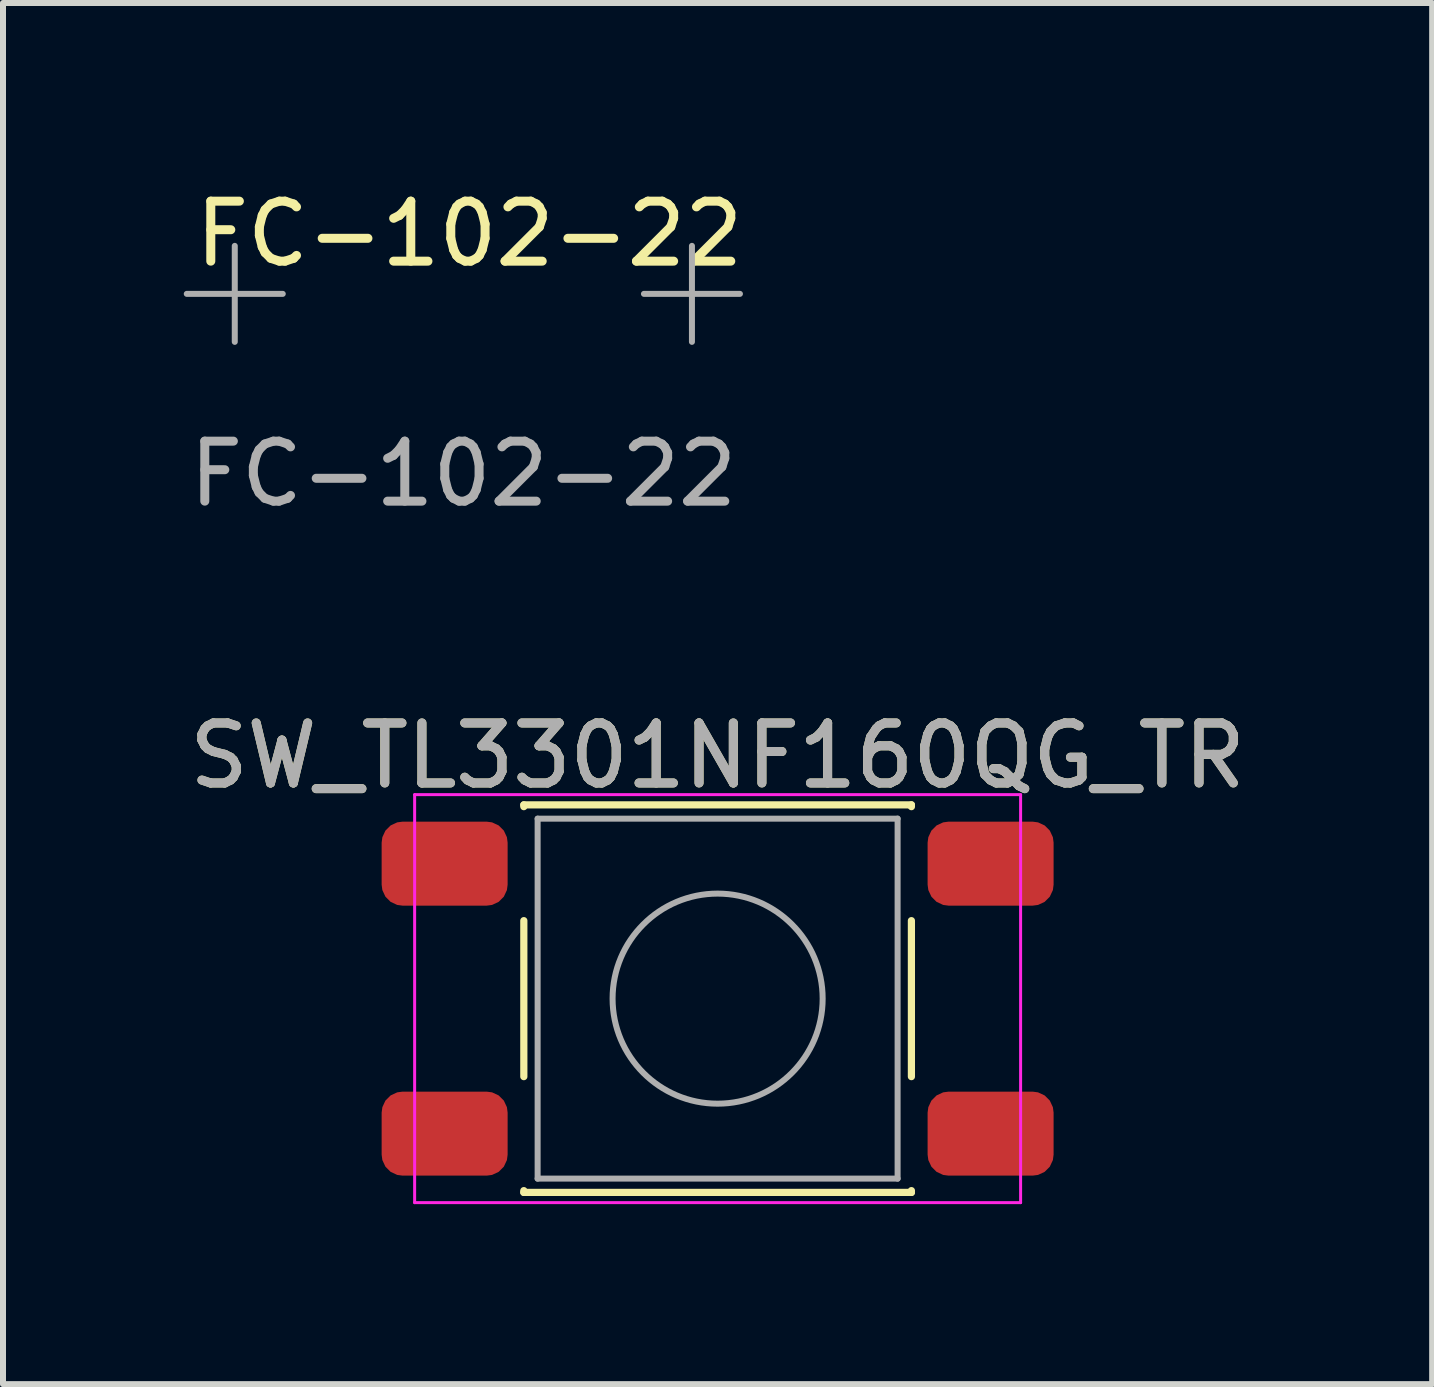
<source format=kicad_pcb>
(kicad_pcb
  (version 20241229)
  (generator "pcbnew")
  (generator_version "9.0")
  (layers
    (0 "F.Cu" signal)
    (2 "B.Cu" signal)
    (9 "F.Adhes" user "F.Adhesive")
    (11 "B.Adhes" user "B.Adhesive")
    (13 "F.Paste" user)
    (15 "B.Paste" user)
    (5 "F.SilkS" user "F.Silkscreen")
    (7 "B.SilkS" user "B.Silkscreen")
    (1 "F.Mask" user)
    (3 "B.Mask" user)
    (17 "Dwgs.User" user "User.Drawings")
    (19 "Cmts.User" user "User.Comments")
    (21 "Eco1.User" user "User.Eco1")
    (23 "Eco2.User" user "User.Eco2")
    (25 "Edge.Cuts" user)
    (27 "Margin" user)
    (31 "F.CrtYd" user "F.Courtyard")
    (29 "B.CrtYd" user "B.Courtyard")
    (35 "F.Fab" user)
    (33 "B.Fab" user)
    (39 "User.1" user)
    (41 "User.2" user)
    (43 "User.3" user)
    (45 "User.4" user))
  (footprint "SW_TL3301NF160QG_TR"
    (layer "F.Cu")
    (at 8.911 13.595)
    (property "Reference" "SW_TL3301NF160QG_TR" (at 0 -4.05 0) (layer "F.SilkS") (effects (font (size 1 1) (thickness 0.15))))
    (attr smd)
    (fp_line (start -3.23 -3.23) (end 3.23 -3.23) (stroke (width 0.12) (type solid)) (layer "F.SilkS"))
    (fp_line (start -3.23 -3.2) (end -3.23 -3.23) (stroke (width 0.12) (type solid)) (layer "F.SilkS"))
    (fp_line (start -3.23 -1.3) (end -3.23 1.3) (stroke (width 0.12) (type solid)) (layer "F.SilkS"))
    (fp_line (start -3.23 3.23) (end -3.23 3.2) (stroke (width 0.12) (type solid)) (layer "F.SilkS"))
    (fp_line (start -3.23 3.23) (end 3.23 3.23) (stroke (width 0.12) (type solid)) (layer "F.SilkS"))
    (fp_line (start 3.23 -3.23) (end 3.23 -3.2) (stroke (width 0.12) (type solid)) (layer "F.SilkS"))
    (fp_line (start 3.23 -1.3) (end 3.23 1.3) (stroke (width 0.12) (type solid)) (layer "F.SilkS"))
    (fp_line (start 3.23 3.23) (end 3.23 3.2) (stroke (width 0.12) (type solid)) (layer "F.SilkS"))
    (fp_line (start -5.05 -3.4) (end -5.05 3.4) (stroke (width 0.05) (type solid)) (layer "F.CrtYd"))
    (fp_line (start -5.05 -3.4) (end 5.05 -3.4) (stroke (width 0.05) (type solid)) (layer "F.CrtYd"))
    (fp_line (start -5.05 3.4) (end 5.05 3.4) (stroke (width 0.05) (type solid)) (layer "F.CrtYd"))
    (fp_line (start 5.05 3.4) (end 5.05 -3.4) (stroke (width 0.05) (type solid)) (layer "F.CrtYd"))
    (fp_line (start -3 -3) (end -3 3) (stroke (width 0.1) (type solid)) (layer "F.Fab"))
    (fp_line (start -3 3) (end 3 3) (stroke (width 0.1) (type solid)) (layer "F.Fab"))
    (fp_line (start 3 -3) (end -3 -3) (stroke (width 0.1) (type solid)) (layer "F.Fab"))
    (fp_line (start 3 3) (end 3 -3) (stroke (width 0.1) (type solid)) (layer "F.Fab"))
    (fp_circle (center 0 0) (end 1.75 -0.05) (stroke (width 0.1) (type solid)) (fill no) (layer "F.Fab"))
    (fp_text user "${REFERENCE}" (at 0 -4.05 0) (layer "F.Fab") (effects (font (size 1 1) (thickness 0.15))))
    (pad "1" smd roundrect (at -4.55 -2.25) (size 2.1 1.4) (layers "F.Cu" "F.Mask" "F.Paste") (roundrect_rratio 0.25))
    (pad "1" smd roundrect (at 4.55 -2.25) (size 2.1 1.4) (layers "F.Cu" "F.Mask" "F.Paste") (roundrect_rratio 0.25))
    (pad "2" smd roundrect (at -4.55 2.25 180) (size 2.1 1.4) (layers "F.Cu" "F.Mask" "F.Paste") (roundrect_rratio 0.25))
    (pad "2" smd roundrect (at 4.55 2.25 180) (size 2.1 1.4) (layers "F.Cu" "F.Mask" "F.Paste") (roundrect_rratio 0.25)))
  (footprint "FC-102-22"
    (layer "F.Cu")
    (at 4.673 1.848)
    (property "Reference" "FC-102-22" (at 0.1 -1 0) (unlocked yes) (layer "F.SilkS") (effects (font (size 1 1) (thickness 0.15))))
    (attr through_hole)
    (fp_line (start -4.61 0) (end -3.01 0) (stroke (width 0.1) (type default)) (layer "F.Fab"))
    (fp_line (start -3.81 -0.8) (end -3.81 0.8) (stroke (width 0.1) (type default)) (layer "F.Fab"))
    (fp_line (start 3.01 0) (end 4.61 0) (stroke (width 0.1) (type default)) (layer "F.Fab"))
    (fp_line (start 3.81 -0.8) (end 3.81 0.8) (stroke (width 0.1) (type default)) (layer "F.Fab"))
    (fp_text user "${REFERENCE}" (at 0 3 0) (unlocked yes) (layer "F.Fab") (effects (font (size 1 1) (thickness 0.15)))))
  (gr_rect
    (start -3 -3)
    (end 20.821 20.02)
    (stroke (width 0.1) (type default))
    (fill no)
    (layer "Edge.Cuts")))
</source>
